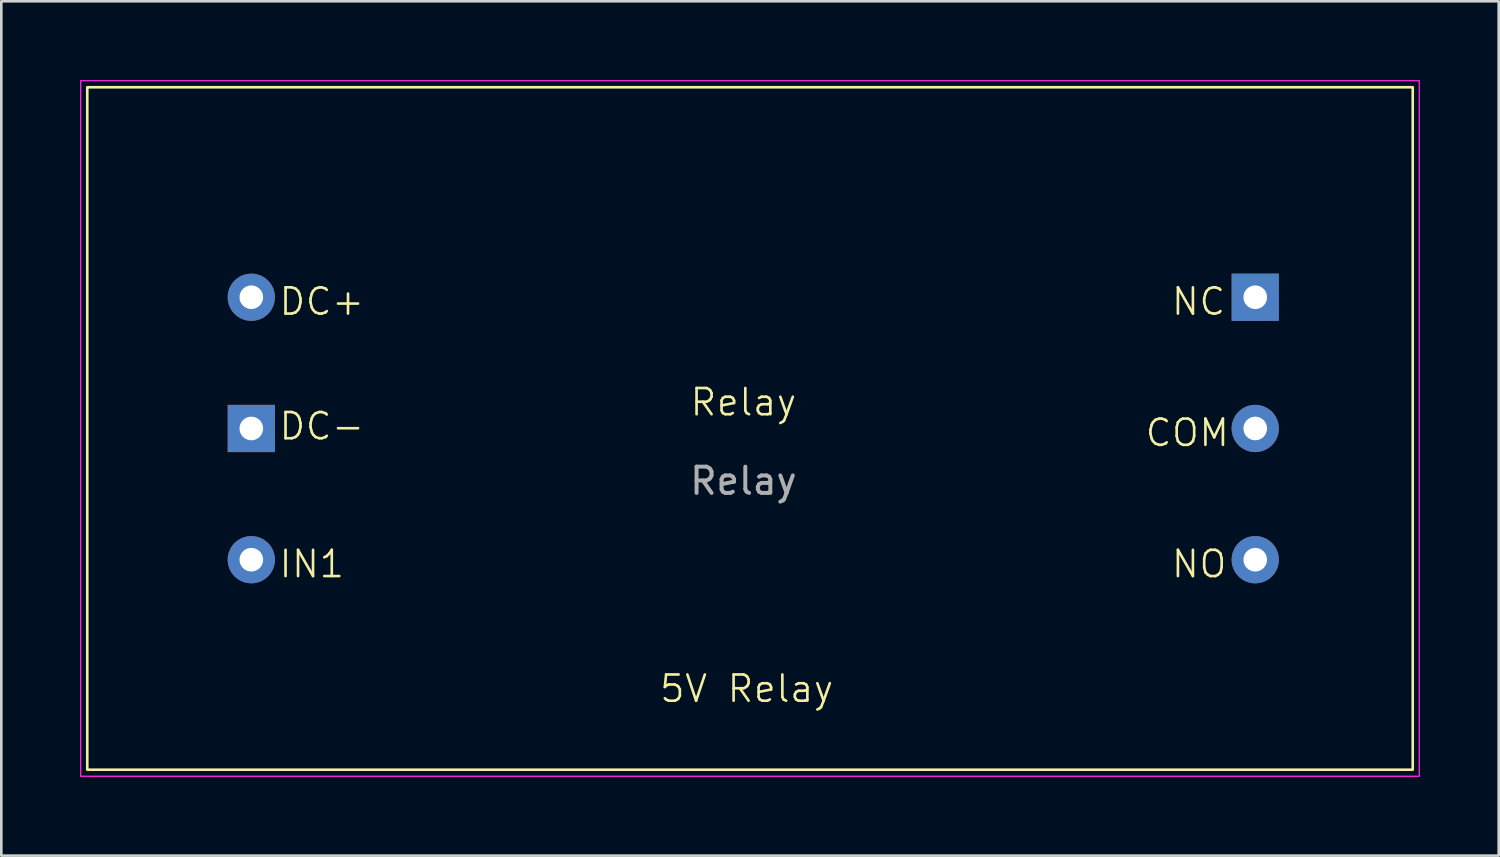
<source format=kicad_pcb>
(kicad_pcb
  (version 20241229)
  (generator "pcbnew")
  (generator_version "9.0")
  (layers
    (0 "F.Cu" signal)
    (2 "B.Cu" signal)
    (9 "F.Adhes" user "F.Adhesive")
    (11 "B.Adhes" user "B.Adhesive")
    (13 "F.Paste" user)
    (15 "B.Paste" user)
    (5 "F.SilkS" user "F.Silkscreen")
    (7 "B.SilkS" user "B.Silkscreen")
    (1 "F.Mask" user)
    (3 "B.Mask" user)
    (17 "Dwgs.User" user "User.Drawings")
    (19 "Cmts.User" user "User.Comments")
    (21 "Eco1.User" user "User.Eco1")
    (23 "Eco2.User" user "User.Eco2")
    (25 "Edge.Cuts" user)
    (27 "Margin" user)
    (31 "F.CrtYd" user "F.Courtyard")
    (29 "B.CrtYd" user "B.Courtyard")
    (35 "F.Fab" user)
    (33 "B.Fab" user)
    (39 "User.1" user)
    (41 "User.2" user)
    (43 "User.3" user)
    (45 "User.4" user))
  (footprint "Relay"
    (layer "F.Cu")
    (at 25.275 12.775)
    (property "Reference" "Relay" (at 0 -0.5 0) (unlocked yes) (layer "F.SilkS") (effects (font (size 1 1) (thickness 0.1))))
    (attr through_hole)
    (fp_rect (start -25 -12.5) (end 25.5 13.5) (stroke (width 0.1) (type default)) (fill no) (layer "F.SilkS"))
    (fp_rect (start -25.25 -12.75) (end 25.75 13.75) (stroke (width 0.05) (type default)) (fill no) (layer "F.CrtYd"))
    (fp_text user "NC" (at 16.25 -3.75 0) (unlocked yes) (layer "F.SilkS") (effects (font (size 1 1) (thickness 0.1)) (justify left bottom)))
    (fp_text user "COM" (at 15.25 1.25 0) (unlocked yes) (layer "F.SilkS") (effects (font (size 1 1) (thickness 0.1)) (justify left bottom)))
    (fp_text user "5V Relay" (at -3.25 11 0) (unlocked yes) (layer "F.SilkS") (effects (font (size 1 1) (thickness 0.1)) (justify left bottom)))
    (fp_text user "DC+" (at -17.75 -3.75 0) (unlocked yes) (layer "F.SilkS") (effects (font (size 1 1) (thickness 0.1)) (justify left bottom)))
    (fp_text user "DC-" (at -17.75 1 0) (unlocked yes) (layer "F.SilkS") (effects (font (size 1 1) (thickness 0.1)) (justify left bottom)))
    (fp_text user "IN1" (at -17.75 6.25 0) (unlocked yes) (layer "F.SilkS") (effects (font (size 1 1) (thickness 0.1)) (justify left bottom)))
    (fp_text user "NO" (at 16.25 6.25 0) (unlocked yes) (layer "F.SilkS") (effects (font (size 1 1) (thickness 0.1)) (justify left bottom)))
    (fp_text user "${REFERENCE}" (at 0 2.5 0) (unlocked yes) (layer "F.Fab") (effects (font (size 1 1) (thickness 0.15))))
    (pad "COM" thru_hole circle (at 19.5 0.5) (size 1.8 1.8) (drill 0.9) (layers "*.Cu" "*.Mask"))
    (pad "DC+" thru_hole circle (at -18.75 -4.5) (size 1.8 1.8) (drill 0.9) (layers "*.Cu" "*.Mask"))
    (pad "DC-" thru_hole rect (at -18.75 0.5) (size 1.8 1.8) (drill 0.9) (layers "*.Cu" "*.Mask"))
    (pad "IN1" thru_hole circle (at -18.75 5.5) (size 1.8 1.8) (drill 0.9) (layers "*.Cu" "*.Mask"))
    (pad "NC" thru_hole rect (at 19.5 -4.5) (size 1.8 1.8) (drill 0.9) (layers "*.Cu" "*.Mask"))
    (pad "NO" thru_hole circle (at 19.5 5.5) (size 1.8 1.8) (drill 0.9) (layers "*.Cu" "*.Mask")))
  (gr_rect
    (start -3 -3)
    (end 54.05 29.55)
    (stroke (width 0.1) (type default))
    (fill no)
    (layer "Edge.Cuts")))
</source>
